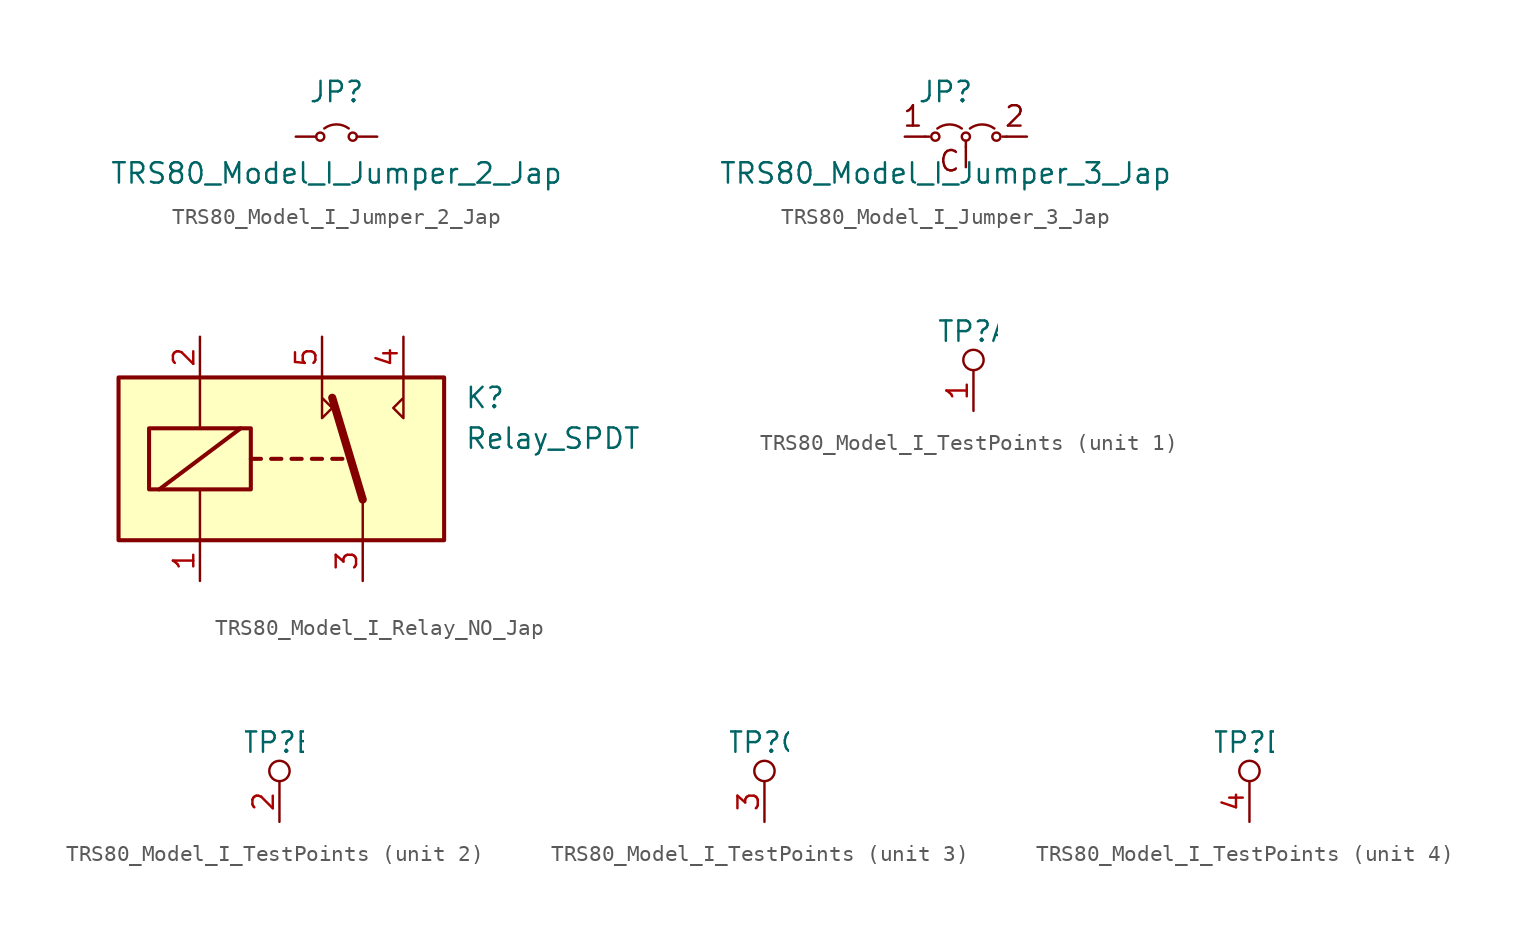
<source format=kicad_sym>
(kicad_symbol_lib
  (version 20241209)
  (generator "kicad_symbol_editor")
  (generator_version "9.0")
  (symbol "TRS80_Model_I_Jumper_2_Jap"
    (pin_numbers
      (hide yes))
    (pin_names
      (offset 0)
      (hide yes))
    (property "Reference" "JP"
      (at 0 2.794 0)
      (effects (font (size 1.27 1.27))))
    (property "Value" "TRS80_Model_I_Jumper_2_Jap"
      (at 0 -2.286 0)
      (effects (font (size 1.27 1.27))))
    (symbol "TRS80_Model_I_Jumper_2_Jap_0_0"
      (circle (center -1.016 0) (radius 0.254) (stroke (width 0) (type default)) (fill (type none)))
      (circle (center 1.016 0) (radius 0.254) (stroke (width 0) (type default)) (fill (type none))))
    (symbol "TRS80_Model_I_Jumper_2_Jap_0_1"
      (arc (start -0.762 0.5116) (mid 0 0.7649) (end 0.762 0.5116) (stroke (width 0) (type default)) (fill (type none))))
    (symbol "TRS80_Model_I_Jumper_2_Jap_1_1"
      (pin passive line (at -2.54 0 0) (length 1.27) (name "A" (effects (font (size 1.27 1.27)))) (number "1" (effects (font (size 1.27 1.27)))))
      (pin passive line (at 2.54 0 180) (length 1.27) (name "B" (effects (font (size 1.27 1.27)))) (number "2" (effects (font (size 1.27 1.27)))))))
  (symbol "TRS80_Model_I_Jumper_3_Jap"
    (pin_numbers
      (hide yes))
    (pin_names
      (offset 0)
      (hide yes))
    (property "Reference" "JP"
      (at 0 2.794 0)
      (effects (font (size 1.27 1.27))))
    (property "Value" "TRS80_Model_I_Jumper_3_Jap"
      (at 0 -2.286 0)
      (effects (font (size 1.27 1.27))))
    (symbol "TRS80_Model_I_Jumper_3_Jap_0_0"
      (circle (center -0.635 0) (radius 0.254) (stroke (width 0) (type default)) (fill (type none)))
      (circle (center 1.27 0) (radius 0.254) (stroke (width 0) (type default)) (fill (type none)))
      (circle (center 3.175 0) (radius 0.254) (stroke (width 0) (type default)) (fill (type none))))
    (symbol "TRS80_Model_I_Jumper_3_Jap_0_1"
      (polyline (pts (xy -1.27 0) (xy -1.016 0)) (stroke (width 0) (type default)) (fill (type none)))
      (arc (start -0.508 0.508) (mid 0.254 0.7613) (end 1.016 0.508) (stroke (width 0) (type default)) (fill (type none)))
      (polyline (pts (xy 1.27 -0.635) (xy 1.27 -0.254)) (stroke (width 0) (type default)) (fill (type none)))
      (arc (start 1.524 0.508) (mid 2.286 0.7613) (end 3.048 0.508) (stroke (width 0) (type default)) (fill (type none)))
      (polyline (pts (xy 3.81 0) (xy 3.556 0)) (stroke (width 0) (type default)) (fill (type none))))
    (symbol "TRS80_Model_I_Jumper_3_Jap_1_1"
      (text "1" (at -2.032 1.27 0) (effects (font (size 1.27 1.27))))
      (text "C" (at 0.254 -1.524 0) (effects (font (size 1.27 1.27))))
      (text "2" (at 4.318 1.27 0) (effects (font (size 1.27 1.27))))
      (pin passive line (at -2.54 0 0) (length 1.27) (name "A" (effects (font (size 1.27 1.27)))) (number "1" (effects (font (size 1.27 1.27)))))
      (pin passive line (at 1.27 -1.905 90) (length 1.27) (name "B" (effects (font (size 1.27 1.27)))) (number "2" (effects (font (size 1.27 1.27)))))
      (pin passive line (at 5.08 0 180) (length 1.27) (name "A" (effects (font (size 1.27 1.27)))) (number "3" (effects (font (size 1.27 1.27)))))))
  (symbol "TRS80_Model_I_Relay_NO_Jap"
    (property "Reference" "K"
      (at 11.43 3.81 0)
      (effects (font (size 1.27 1.27)) (justify left)))
    (property "Value" "Relay_SPDT"
      (at 11.43 1.27 0)
      (effects (font (size 1.27 1.27)) (justify left)))
    (symbol "TRS80_Model_I_Relay_NO_Jap_0_0"
      (polyline (pts (xy 2.54 5.08) (xy 2.54 2.54) (xy 3.175 3.175) (xy 2.54 3.81)) (stroke (width 0) (type default)) (fill (type none)))
      (polyline (pts (xy 7.62 5.08) (xy 7.62 2.54) (xy 6.985 3.175) (xy 7.62 3.81)) (stroke (width 0) (type default)) (fill (type none))))
    (symbol "TRS80_Model_I_Relay_NO_Jap_0_1"
      (rectangle (start -10.16 5.08) (end 10.16 -5.08) (stroke (width 0.254) (type default)) (fill (type background)))
      (rectangle (start -8.255 1.905) (end -1.905 -1.905) (stroke (width 0.254) (type default)) (fill (type none)))
      (polyline (pts (xy -7.62 -1.905) (xy -2.54 1.905)) (stroke (width 0.254) (type default)) (fill (type none)))
      (polyline (pts (xy -5.08 5.08) (xy -5.08 1.905)) (stroke (width 0) (type default)) (fill (type none)))
      (polyline (pts (xy -5.08 -5.08) (xy -5.08 -1.905)) (stroke (width 0) (type default)) (fill (type none)))
      (polyline (pts (xy -1.905 0) (xy -1.27 0)) (stroke (width 0.254) (type default)) (fill (type none)))
      (polyline (pts (xy -0.635 0) (xy 0 0)) (stroke (width 0.254) (type default)) (fill (type none)))
      (polyline (pts (xy 0.635 0) (xy 1.27 0)) (stroke (width 0.254) (type default)) (fill (type none)))
      (polyline (pts (xy 1.905 0) (xy 2.54 0)) (stroke (width 0.254) (type default)) (fill (type none)))
      (polyline (pts (xy 3.175 0) (xy 3.81 0)) (stroke (width 0.254) (type default)) (fill (type none)))
      (polyline (pts (xy 5.08 -2.54) (xy 3.175 3.81)) (stroke (width 0.508) (type default)) (fill (type none)))
      (polyline (pts (xy 5.08 -2.54) (xy 5.08 -5.08)) (stroke (width 0) (type default)) (fill (type none))))
    (symbol "TRS80_Model_I_Relay_NO_Jap_1_1"
      (pin passive line (at -5.08 7.62 270) (length 2.54) (name "~" (effects (font (size 1.27 1.27)))) (number "2" (effects (font (size 1.27 1.27)))))
      (pin passive line (at -5.08 -7.62 90) (length 2.54) (name "~" (effects (font (size 1.27 1.27)))) (number "1" (effects (font (size 1.27 1.27)))))
      (pin passive line (at 2.54 7.62 270) (length 2.54) (name "~" (effects (font (size 1.27 1.27)))) (number "5" (effects (font (size 1.27 1.27)))))
      (pin passive line (at 5.08 -7.62 90) (length 2.54) (name "~" (effects (font (size 1.27 1.27)))) (number "3" (effects (font (size 1.27 1.27)))))
      (pin passive line (at 7.62 7.62 270) (length 2.54) (name "~" (effects (font (size 1.27 1.27)))) (number "4" (effects (font (size 1.27 1.27)))))))
  (symbol "TRS80_Model_I_TestPoints"
    (property "Reference" "TP"
      (at 0 1.778 0)
      (effects (font (size 1.27 1.27))))
    (property "Value" ""
      (at 0 0 0)
      (effects (font (size 1.27 1.27))))
    (property "ki_locked" ""
      (at 0 0 0)
      (effects (font (size 1.27 1.27))))
    (symbol "TRS80_Model_I_TestPoints_0_1"
      (circle (center 0 0) (radius 0.635) (stroke (width 0) (type default)) (fill (type none))))
    (symbol "TRS80_Model_I_TestPoints_1_1"
      (pin passive line (at 0 -3.175 90) (length 2.54) (name "" (effects (font (size 1.27 1.27)))) (number "1" (effects (font (size 1.27 1.27))))))
    (symbol "TRS80_Model_I_TestPoints_2_1"
      (pin passive line (at 0 -3.175 90) (length 2.54) (name "" (effects (font (size 1.27 1.27)))) (number "2" (effects (font (size 1.27 1.27))))))
    (symbol "TRS80_Model_I_TestPoints_3_1"
      (pin passive line (at 0 -3.175 90) (length 2.54) (name "" (effects (font (size 1.27 1.27)))) (number "3" (effects (font (size 1.27 1.27))))))
    (symbol "TRS80_Model_I_TestPoints_4_1"
      (pin passive line (at 0 -3.175 90) (length 2.54) (name "" (effects (font (size 1.27 1.27)))) (number "4" (effects (font (size 1.27 1.27))))))))
</source>
